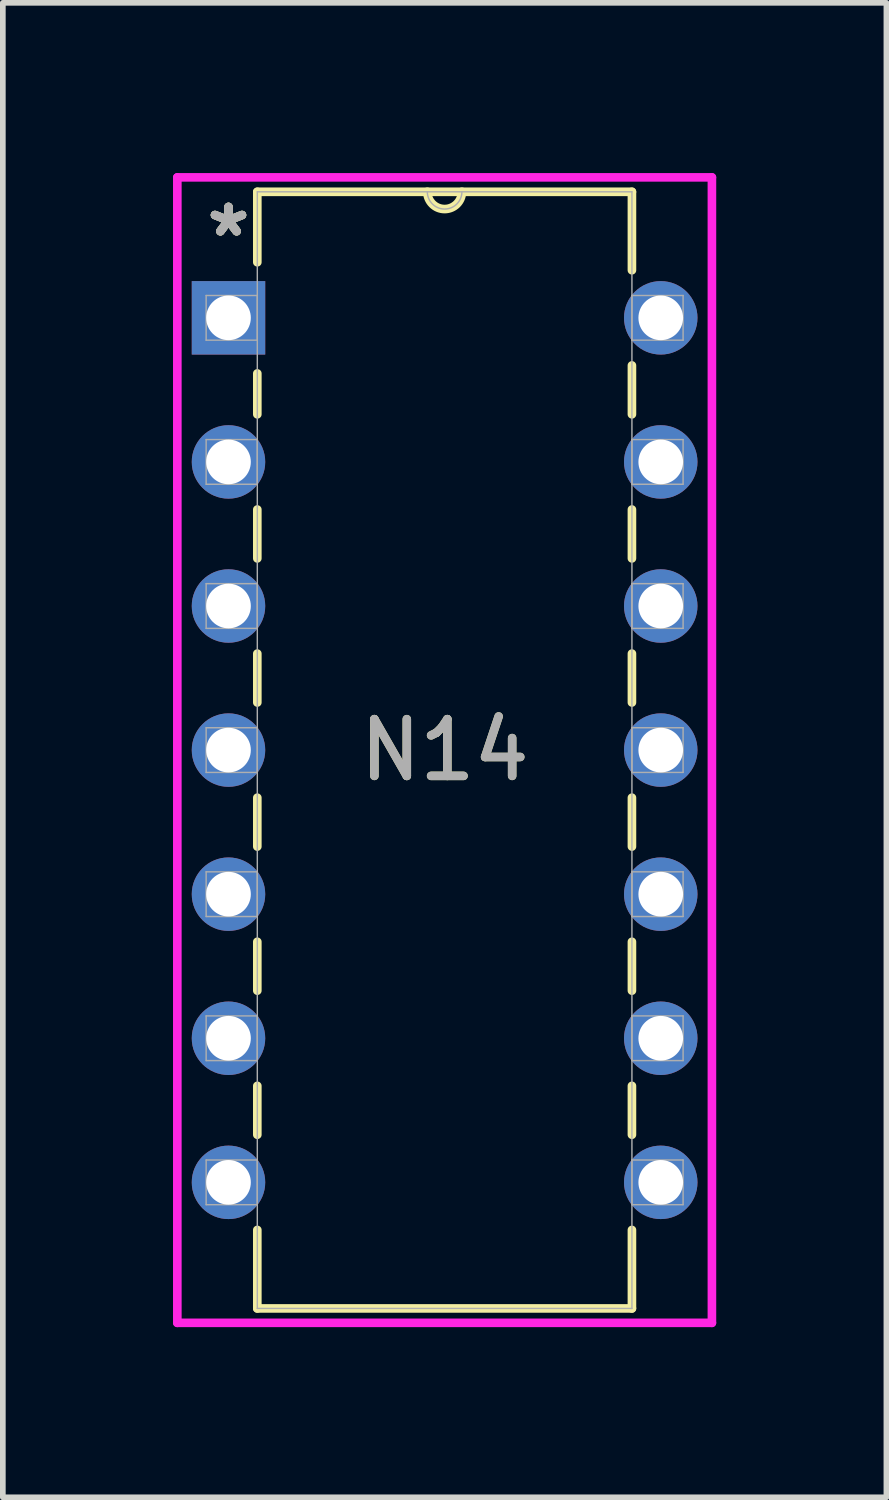
<source format=kicad_pcb>
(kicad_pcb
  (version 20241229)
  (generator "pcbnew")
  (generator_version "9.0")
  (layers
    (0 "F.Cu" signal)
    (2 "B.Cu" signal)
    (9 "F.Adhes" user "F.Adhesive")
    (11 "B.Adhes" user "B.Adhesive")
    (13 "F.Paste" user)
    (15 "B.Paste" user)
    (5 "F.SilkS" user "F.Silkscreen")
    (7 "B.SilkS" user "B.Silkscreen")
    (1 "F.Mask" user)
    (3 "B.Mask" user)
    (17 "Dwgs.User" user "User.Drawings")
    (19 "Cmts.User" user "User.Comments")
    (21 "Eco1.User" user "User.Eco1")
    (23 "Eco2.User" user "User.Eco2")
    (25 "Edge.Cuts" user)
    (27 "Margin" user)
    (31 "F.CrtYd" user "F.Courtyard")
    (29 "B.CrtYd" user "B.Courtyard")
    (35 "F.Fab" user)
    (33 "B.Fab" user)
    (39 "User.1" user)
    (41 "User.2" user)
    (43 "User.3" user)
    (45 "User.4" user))
  (footprint "N14"
    (layer "F.Cu")
    (at 8.598 17.793)
    (property "Reference" "N14" (at -3.81 -7.62 0) (unlocked yes) (layer "F.SilkS") (effects (font (size 1 1) (thickness 0.15))))
    (attr through_hole)
    (fp_line (start -7.112 -17.462) (end -7.112 -16.22) (stroke (width 0.152) (type solid)) (layer "F.SilkS"))
    (fp_line (start -7.112 -14.26) (end -7.112 -13.539) (stroke (width 0.152) (type solid)) (layer "F.SilkS"))
    (fp_line (start -7.112 -11.861) (end -7.112 -10.999) (stroke (width 0.152) (type solid)) (layer "F.SilkS"))
    (fp_line (start -7.112 -9.321) (end -7.112 -8.459) (stroke (width 0.152) (type solid)) (layer "F.SilkS"))
    (fp_line (start -7.112 -6.781) (end -7.112 -5.919) (stroke (width 0.152) (type solid)) (layer "F.SilkS"))
    (fp_line (start -7.112 -4.241) (end -7.112 -3.379) (stroke (width 0.152) (type solid)) (layer "F.SilkS"))
    (fp_line (start -7.112 -1.701) (end -7.112 -0.839) (stroke (width 0.152) (type solid)) (layer "F.SilkS"))
    (fp_line (start -7.112 0.839) (end -7.112 2.223) (stroke (width 0.152) (type solid)) (layer "F.SilkS"))
    (fp_line (start -7.112 2.223) (end -0.508 2.223) (stroke (width 0.152) (type solid)) (layer "F.SilkS"))
    (fp_line (start -0.508 -17.462) (end -7.112 -17.462) (stroke (width 0.152) (type solid)) (layer "F.SilkS"))
    (fp_line (start -0.508 -16.079) (end -0.508 -17.462) (stroke (width 0.152) (type solid)) (layer "F.SilkS"))
    (fp_line (start -0.508 -13.539) (end -0.508 -14.401) (stroke (width 0.152) (type solid)) (layer "F.SilkS"))
    (fp_line (start -0.508 -10.999) (end -0.508 -11.861) (stroke (width 0.152) (type solid)) (layer "F.SilkS"))
    (fp_line (start -0.508 -8.459) (end -0.508 -9.321) (stroke (width 0.152) (type solid)) (layer "F.SilkS"))
    (fp_line (start -0.508 -5.919) (end -0.508 -6.781) (stroke (width 0.152) (type solid)) (layer "F.SilkS"))
    (fp_line (start -0.508 -3.379) (end -0.508 -4.241) (stroke (width 0.152) (type solid)) (layer "F.SilkS"))
    (fp_line (start -0.508 -0.839) (end -0.508 -1.701) (stroke (width 0.152) (type solid)) (layer "F.SilkS"))
    (fp_line (start -0.508 2.223) (end -0.508 0.839) (stroke (width 0.152) (type solid)) (layer "F.SilkS"))
    (fp_arc (start -3.5052 -17.4625) (mid -3.81 -17.1577) (end -4.1148 -17.4625) (stroke (width 0.1524) (type solid)) (layer "F.SilkS"))
    (fp_line (start -8.522 -17.716) (end -8.522 2.477) (stroke (width 0.152) (type solid)) (layer "F.CrtYd"))
    (fp_line (start -8.522 2.477) (end 0.902 2.477) (stroke (width 0.152) (type solid)) (layer "F.CrtYd"))
    (fp_line (start 0.902 -17.716) (end -8.522 -17.716) (stroke (width 0.152) (type solid)) (layer "F.CrtYd"))
    (fp_line (start 0.902 2.477) (end 0.902 -17.716) (stroke (width 0.152) (type solid)) (layer "F.CrtYd"))
    (fp_line (start -8.014 -15.634) (end -8.014 -14.846) (stroke (width 0.025) (type solid)) (layer "F.Fab"))
    (fp_line (start -8.014 -14.846) (end -7.112 -14.846) (stroke (width 0.025) (type solid)) (layer "F.Fab"))
    (fp_line (start -8.014 -13.094) (end -8.014 -12.306) (stroke (width 0.025) (type solid)) (layer "F.Fab"))
    (fp_line (start -8.014 -12.306) (end -7.112 -12.306) (stroke (width 0.025) (type solid)) (layer "F.Fab"))
    (fp_line (start -8.014 -10.554) (end -8.014 -9.766) (stroke (width 0.025) (type solid)) (layer "F.Fab"))
    (fp_line (start -8.014 -9.766) (end -7.112 -9.766) (stroke (width 0.025) (type solid)) (layer "F.Fab"))
    (fp_line (start -8.014 -8.014) (end -8.014 -7.226) (stroke (width 0.025) (type solid)) (layer "F.Fab"))
    (fp_line (start -8.014 -7.226) (end -7.112 -7.226) (stroke (width 0.025) (type solid)) (layer "F.Fab"))
    (fp_line (start -8.014 -5.474) (end -8.014 -4.686) (stroke (width 0.025) (type solid)) (layer "F.Fab"))
    (fp_line (start -8.014 -4.686) (end -7.112 -4.686) (stroke (width 0.025) (type solid)) (layer "F.Fab"))
    (fp_line (start -8.014 -2.934) (end -8.014 -2.146) (stroke (width 0.025) (type solid)) (layer "F.Fab"))
    (fp_line (start -8.014 -2.146) (end -7.112 -2.146) (stroke (width 0.025) (type solid)) (layer "F.Fab"))
    (fp_line (start -8.014 -0.394) (end -8.014 0.394) (stroke (width 0.025) (type solid)) (layer "F.Fab"))
    (fp_line (start -8.014 0.394) (end -7.112 0.394) (stroke (width 0.025) (type solid)) (layer "F.Fab"))
    (fp_line (start -7.112 -17.462) (end -7.112 2.223) (stroke (width 0.025) (type solid)) (layer "F.Fab"))
    (fp_line (start -7.112 -15.634) (end -8.014 -15.634) (stroke (width 0.025) (type solid)) (layer "F.Fab"))
    (fp_line (start -7.112 -14.846) (end -7.112 -15.634) (stroke (width 0.025) (type solid)) (layer "F.Fab"))
    (fp_line (start -7.112 -13.094) (end -8.014 -13.094) (stroke (width 0.025) (type solid)) (layer "F.Fab"))
    (fp_line (start -7.112 -12.306) (end -7.112 -13.094) (stroke (width 0.025) (type solid)) (layer "F.Fab"))
    (fp_line (start -7.112 -10.554) (end -8.014 -10.554) (stroke (width 0.025) (type solid)) (layer "F.Fab"))
    (fp_line (start -7.112 -9.766) (end -7.112 -10.554) (stroke (width 0.025) (type solid)) (layer "F.Fab"))
    (fp_line (start -7.112 -8.014) (end -8.014 -8.014) (stroke (width 0.025) (type solid)) (layer "F.Fab"))
    (fp_line (start -7.112 -7.226) (end -7.112 -8.014) (stroke (width 0.025) (type solid)) (layer "F.Fab"))
    (fp_line (start -7.112 -5.474) (end -8.014 -5.474) (stroke (width 0.025) (type solid)) (layer "F.Fab"))
    (fp_line (start -7.112 -4.686) (end -7.112 -5.474) (stroke (width 0.025) (type solid)) (layer "F.Fab"))
    (fp_line (start -7.112 -2.934) (end -8.014 -2.934) (stroke (width 0.025) (type solid)) (layer "F.Fab"))
    (fp_line (start -7.112 -2.146) (end -7.112 -2.934) (stroke (width 0.025) (type solid)) (layer "F.Fab"))
    (fp_line (start -7.112 -0.394) (end -8.014 -0.394) (stroke (width 0.025) (type solid)) (layer "F.Fab"))
    (fp_line (start -7.112 0.394) (end -7.112 -0.394) (stroke (width 0.025) (type solid)) (layer "F.Fab"))
    (fp_line (start -7.112 2.223) (end -0.508 2.223) (stroke (width 0.025) (type solid)) (layer "F.Fab"))
    (fp_line (start -0.508 -17.462) (end -7.112 -17.462) (stroke (width 0.025) (type solid)) (layer "F.Fab"))
    (fp_line (start -0.508 -15.634) (end -0.508 -14.846) (stroke (width 0.025) (type solid)) (layer "F.Fab"))
    (fp_line (start -0.508 -14.846) (end 0.394 -14.846) (stroke (width 0.025) (type solid)) (layer "F.Fab"))
    (fp_line (start -0.508 -13.094) (end -0.508 -12.306) (stroke (width 0.025) (type solid)) (layer "F.Fab"))
    (fp_line (start -0.508 -12.306) (end 0.394 -12.306) (stroke (width 0.025) (type solid)) (layer "F.Fab"))
    (fp_line (start -0.508 -10.554) (end -0.508 -9.766) (stroke (width 0.025) (type solid)) (layer "F.Fab"))
    (fp_line (start -0.508 -9.766) (end 0.394 -9.766) (stroke (width 0.025) (type solid)) (layer "F.Fab"))
    (fp_line (start -0.508 -8.014) (end -0.508 -7.226) (stroke (width 0.025) (type solid)) (layer "F.Fab"))
    (fp_line (start -0.508 -7.226) (end 0.394 -7.226) (stroke (width 0.025) (type solid)) (layer "F.Fab"))
    (fp_line (start -0.508 -5.474) (end -0.508 -4.686) (stroke (width 0.025) (type solid)) (layer "F.Fab"))
    (fp_line (start -0.508 -4.686) (end 0.394 -4.686) (stroke (width 0.025) (type solid)) (layer "F.Fab"))
    (fp_line (start -0.508 -2.934) (end -0.508 -2.146) (stroke (width 0.025) (type solid)) (layer "F.Fab"))
    (fp_line (start -0.508 -2.146) (end 0.394 -2.146) (stroke (width 0.025) (type solid)) (layer "F.Fab"))
    (fp_line (start -0.508 -0.394) (end -0.508 0.394) (stroke (width 0.025) (type solid)) (layer "F.Fab"))
    (fp_line (start -0.508 0.394) (end 0.394 0.394) (stroke (width 0.025) (type solid)) (layer "F.Fab"))
    (fp_line (start -0.508 2.223) (end -0.508 -17.462) (stroke (width 0.025) (type solid)) (layer "F.Fab"))
    (fp_line (start 0.394 -15.634) (end -0.508 -15.634) (stroke (width 0.025) (type solid)) (layer "F.Fab"))
    (fp_line (start 0.394 -14.846) (end 0.394 -15.634) (stroke (width 0.025) (type solid)) (layer "F.Fab"))
    (fp_line (start 0.394 -13.094) (end -0.508 -13.094) (stroke (width 0.025) (type solid)) (layer "F.Fab"))
    (fp_line (start 0.394 -12.306) (end 0.394 -13.094) (stroke (width 0.025) (type solid)) (layer "F.Fab"))
    (fp_line (start 0.394 -10.554) (end -0.508 -10.554) (stroke (width 0.025) (type solid)) (layer "F.Fab"))
    (fp_line (start 0.394 -9.766) (end 0.394 -10.554) (stroke (width 0.025) (type solid)) (layer "F.Fab"))
    (fp_line (start 0.394 -8.014) (end -0.508 -8.014) (stroke (width 0.025) (type solid)) (layer "F.Fab"))
    (fp_line (start 0.394 -7.226) (end 0.394 -8.014) (stroke (width 0.025) (type solid)) (layer "F.Fab"))
    (fp_line (start 0.394 -5.474) (end -0.508 -5.474) (stroke (width 0.025) (type solid)) (layer "F.Fab"))
    (fp_line (start 0.394 -4.686) (end 0.394 -5.474) (stroke (width 0.025) (type solid)) (layer "F.Fab"))
    (fp_line (start 0.394 -2.934) (end -0.508 -2.934) (stroke (width 0.025) (type solid)) (layer "F.Fab"))
    (fp_line (start 0.394 -2.146) (end 0.394 -2.934) (stroke (width 0.025) (type solid)) (layer "F.Fab"))
    (fp_line (start 0.394 -0.394) (end -0.508 -0.394) (stroke (width 0.025) (type solid)) (layer "F.Fab"))
    (fp_line (start 0.394 0.394) (end 0.394 -0.394) (stroke (width 0.025) (type solid)) (layer "F.Fab"))
    (fp_arc (start -3.5052 -17.4625) (mid -3.81 -17.1577) (end -4.1148 -17.4625) (stroke (width 0.0254) (type solid)) (layer "F.Fab"))
    (fp_text user "*" (at -7.62 -16.65 0) (unlocked yes) (layer "F.SilkS") (effects (font (size 1 1) (thickness 0.15))))
    (fp_text user "*" (at -7.62 -16.65 0) (layer "F.SilkS") (effects (font (size 1 1) (thickness 0.15))))
    (fp_text user "*" (at -7.62 -16.65 0) (layer "F.Fab") (effects (font (size 1 1) (thickness 0.15))))
    (fp_text user "*" (at -7.62 -16.65 0) (unlocked yes) (layer "F.Fab") (effects (font (size 1 1) (thickness 0.15))))
    (fp_text user "${REFERENCE}" (at -3.81 -7.62 0) (unlocked yes) (layer "F.Fab") (effects (font (size 1 1) (thickness 0.15))))
    (pad "1" thru_hole rect (at -7.62 -15.24) (size 1.295 1.295) (drill 0.787) (layers "*.Cu" "*.Mask"))
    (pad "2" thru_hole circle (at -7.62 -12.7) (size 1.295 1.295) (drill 0.787) (layers "*.Cu" "*.Mask"))
    (pad "3" thru_hole circle (at -7.62 -10.16) (size 1.295 1.295) (drill 0.787) (layers "*.Cu" "*.Mask"))
    (pad "4" thru_hole circle (at -7.62 -7.62) (size 1.295 1.295) (drill 0.787) (layers "*.Cu" "*.Mask"))
    (pad "5" thru_hole circle (at -7.62 -5.08) (size 1.295 1.295) (drill 0.787) (layers "*.Cu" "*.Mask"))
    (pad "6" thru_hole circle (at -7.62 -2.54) (size 1.295 1.295) (drill 0.787) (layers "*.Cu" "*.Mask"))
    (pad "7" thru_hole circle (at -7.62 0) (size 1.295 1.295) (drill 0.787) (layers "*.Cu" "*.Mask"))
    (pad "8" thru_hole circle (at 0 0) (size 1.295 1.295) (drill 0.787) (layers "*.Cu" "*.Mask"))
    (pad "9" thru_hole circle (at 0 -2.54) (size 1.295 1.295) (drill 0.787) (layers "*.Cu" "*.Mask"))
    (pad "10" thru_hole circle (at 0 -5.08) (size 1.295 1.295) (drill 0.787) (layers "*.Cu" "*.Mask"))
    (pad "11" thru_hole circle (at 0 -7.62) (size 1.295 1.295) (drill 0.787) (layers "*.Cu" "*.Mask"))
    (pad "12" thru_hole circle (at 0 -10.16) (size 1.295 1.295) (drill 0.787) (layers "*.Cu" "*.Mask"))
    (pad "13" thru_hole circle (at 0 -12.7) (size 1.295 1.295) (drill 0.787) (layers "*.Cu" "*.Mask"))
    (pad "14" thru_hole circle (at 0 -15.24) (size 1.295 1.295) (drill 0.787) (layers "*.Cu" "*.Mask")))
  (gr_rect
    (start -3 -3)
    (end 12.576 23.345)
    (stroke (width 0.1) (type default))
    (fill no)
    (layer "Edge.Cuts")))
</source>
